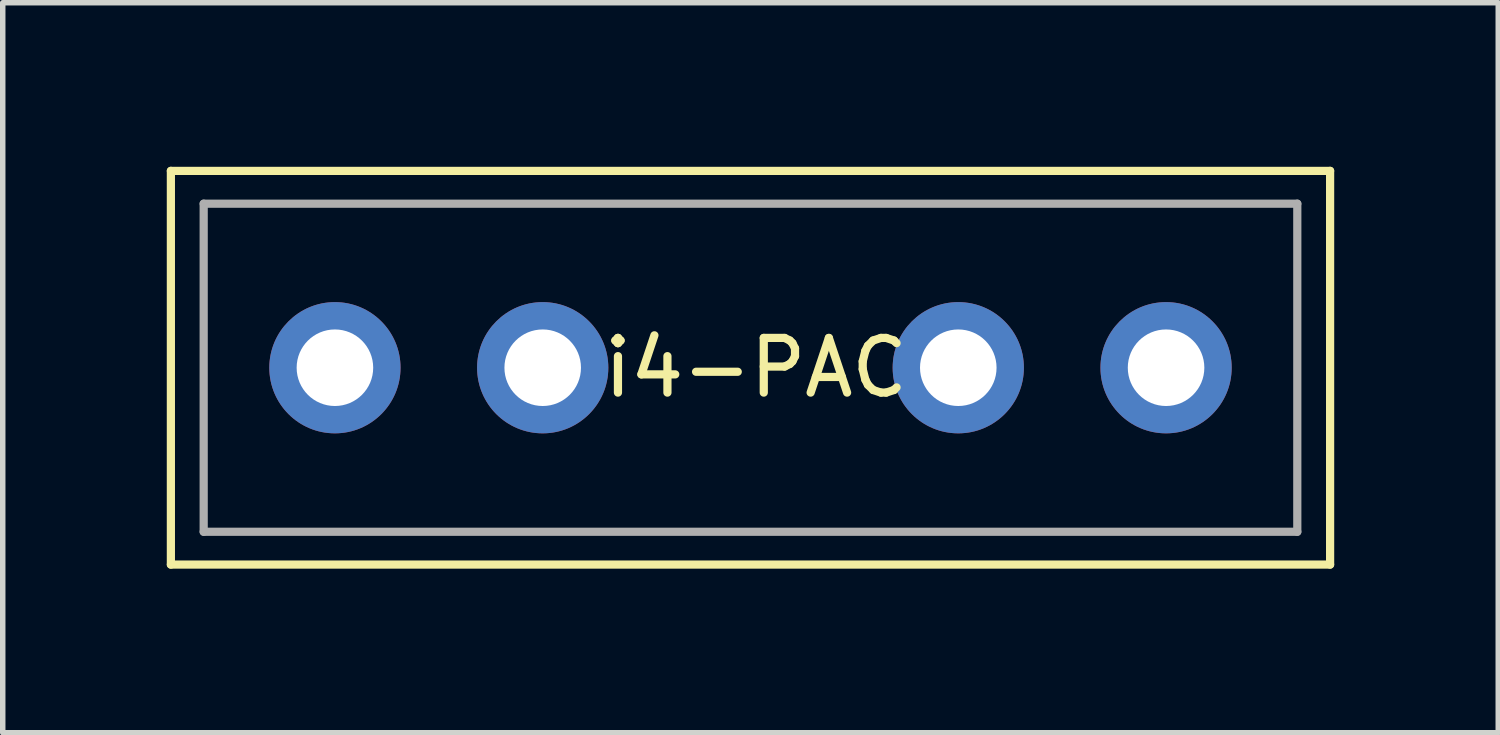
<source format=kicad_pcb>
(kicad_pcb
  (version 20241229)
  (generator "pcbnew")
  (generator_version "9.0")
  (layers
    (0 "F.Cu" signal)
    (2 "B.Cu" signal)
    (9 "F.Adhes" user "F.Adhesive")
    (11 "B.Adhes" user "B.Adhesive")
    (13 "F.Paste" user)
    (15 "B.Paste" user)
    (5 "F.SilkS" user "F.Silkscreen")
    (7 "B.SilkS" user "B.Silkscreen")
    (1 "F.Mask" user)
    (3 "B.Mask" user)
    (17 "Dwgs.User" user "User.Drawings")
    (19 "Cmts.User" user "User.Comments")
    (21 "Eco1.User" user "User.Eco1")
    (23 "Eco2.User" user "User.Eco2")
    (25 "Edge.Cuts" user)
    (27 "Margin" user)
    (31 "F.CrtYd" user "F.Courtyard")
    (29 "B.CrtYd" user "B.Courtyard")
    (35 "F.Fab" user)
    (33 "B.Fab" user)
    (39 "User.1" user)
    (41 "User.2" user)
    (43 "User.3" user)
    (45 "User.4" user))
  (footprint "i4-PAC"
    (layer "F.Cu")
    (at 3.075 3.675)
    (property "Reference" "i4-PAC" (at 7.7 0 0) (layer "F.SilkS") (effects (font (size 1 1) (thickness 0.15))))
    (attr through_hole)
    (fp_line (start -3 -3.6) (end -3 3.6) (stroke (width 0.15) (type solid)) (layer "F.SilkS"))
    (fp_line (start -3 -3.6) (end 18.2 -3.6) (stroke (width 0.15) (type solid)) (layer "F.SilkS"))
    (fp_line (start -3 3.6) (end 18.2 3.6) (stroke (width 0.15) (type solid)) (layer "F.SilkS"))
    (fp_line (start 18.2 -3.6) (end 18.2 3.6) (stroke (width 0.15) (type solid)) (layer "F.SilkS"))
    (fp_line (start -2.4 -3) (end -2.4 3) (stroke (width 0.15) (type solid)) (layer "F.Fab"))
    (fp_line (start -2.4 -3) (end 17.6 -3) (stroke (width 0.15) (type solid)) (layer "F.Fab"))
    (fp_line (start -2.4 3) (end 17.6 3) (stroke (width 0.15) (type solid)) (layer "F.Fab"))
    (fp_line (start 17.6 -3) (end 17.6 3) (stroke (width 0.15) (type solid)) (layer "F.Fab"))
    (pad "1" thru_hole circle (at 0 0) (size 2.4 2.4) (drill 1.4) (layers "*.Cu" "*.Mask"))
    (pad "2" thru_hole circle (at 3.8 0) (size 2.4 2.4) (drill 1.4) (layers "*.Cu" "*.Mask"))
    (pad "3" thru_hole circle (at 11.4 0) (size 2.4 2.4) (drill 1.4) (layers "*.Cu" "*.Mask"))
    (pad "4" thru_hole circle (at 15.2 0) (size 2.4 2.4) (drill 1.4) (layers "*.Cu" "*.Mask")))
  (gr_rect
    (start -3 -3)
    (end 24.35 10.35)
    (stroke (width 0.1) (type default))
    (fill no)
    (layer "Edge.Cuts")))
</source>
